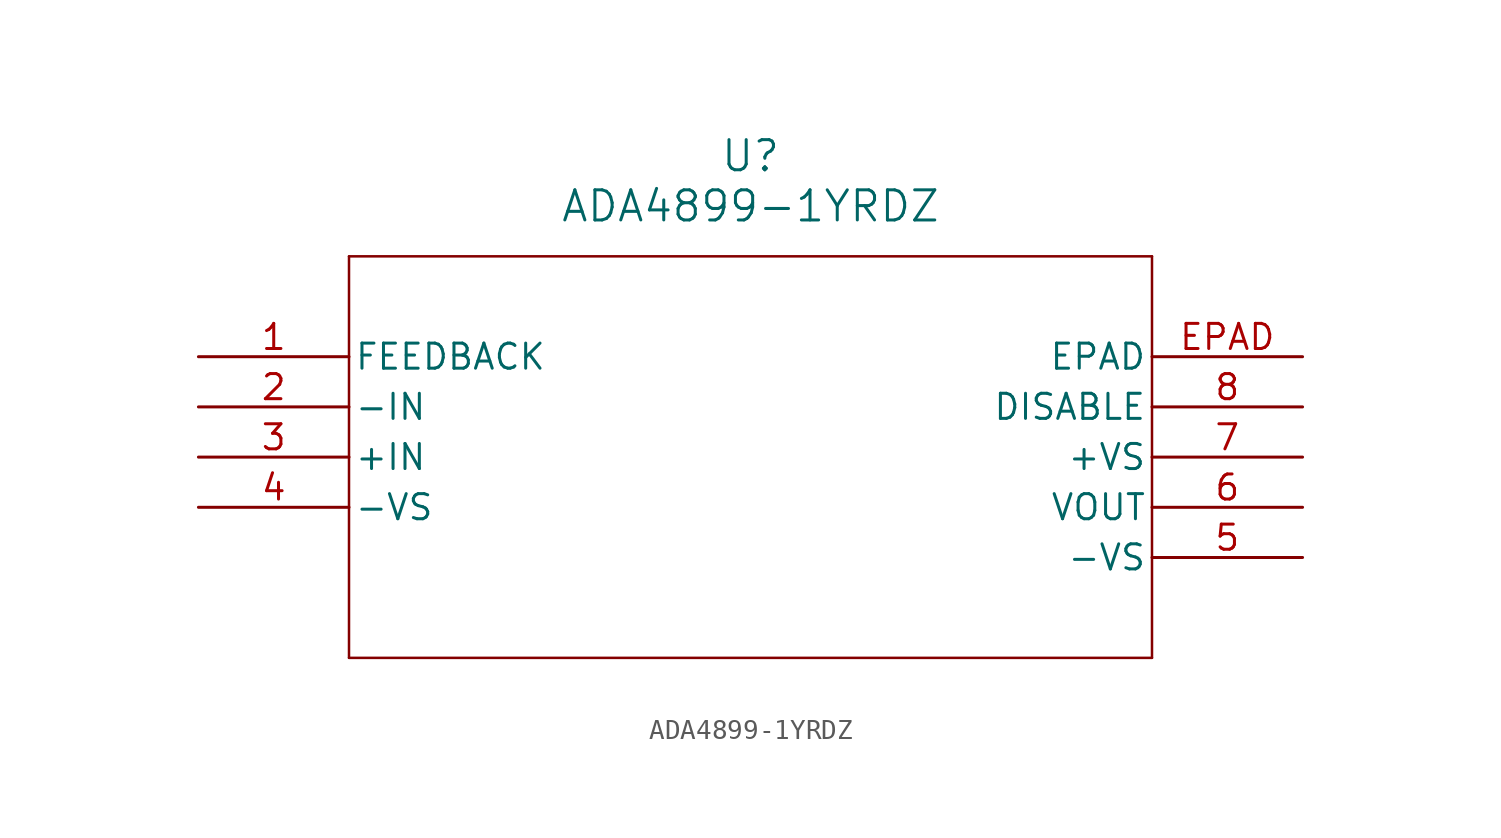
<source format=kicad_sym>
(kicad_symbol_lib
  (version 20211014)
  (generator kicad_symbol_editor)
  (symbol "ADA4899-1YRDZ"
    (pin_names
      (offset 0.254))
    (property "Reference" "U"
      (at 27.94 10.16 0)
      (effects (font (size 1.524 1.524))))
    (property "Value" "ADA4899-1YRDZ"
      (at 27.94 7.62 0)
      (effects (font (size 1.524 1.524))))
    (symbol "ADA4899-1YRDZ_0_1"
      (polyline (pts (xy 7.62 5.08) (xy 7.62 -15.24)) (stroke (width 0.127) (type default) (color 0 0 0 0)) (fill (type none)))
      (polyline (pts (xy 7.62 -15.24) (xy 48.26 -15.24)) (stroke (width 0.127) (type default) (color 0 0 0 0)) (fill (type none)))
      (polyline (pts (xy 48.26 -15.24) (xy 48.26 5.08)) (stroke (width 0.127) (type default) (color 0 0 0 0)) (fill (type none)))
      (polyline (pts (xy 48.26 5.08) (xy 7.62 5.08)) (stroke (width 0.127) (type default) (color 0 0 0 0)) (fill (type none)))
      (pin unspecified line (at 0 0 0) (length 7.62) (name "FEEDBACK" (effects (font (size 1.27 1.27)))) (number "1" (effects (font (size 1.27 1.27)))))
      (pin input line (at 0 -2.54 0) (length 7.62) (name "-IN" (effects (font (size 1.27 1.27)))) (number "2" (effects (font (size 1.27 1.27)))))
      (pin input line (at 0 -5.08 0) (length 7.62) (name "+IN" (effects (font (size 1.27 1.27)))) (number "3" (effects (font (size 1.27 1.27)))))
      (pin power_in line (at 0 -7.62 0) (length 7.62) (name "-VS" (effects (font (size 1.27 1.27)))) (number "4" (effects (font (size 1.27 1.27)))))
      (pin power_in line (at 55.88 -10.16 180) (length 7.62) (name "-VS" (effects (font (size 1.27 1.27)))) (number "5" (effects (font (size 1.27 1.27)))))
      (pin output line (at 55.88 -7.62 180) (length 7.62) (name "VOUT" (effects (font (size 1.27 1.27)))) (number "6" (effects (font (size 1.27 1.27)))))
      (pin power_in line (at 55.88 -5.08 180) (length 7.62) (name "+VS" (effects (font (size 1.27 1.27)))) (number "7" (effects (font (size 1.27 1.27)))))
      (pin unspecified line (at 55.88 -2.54 180) (length 7.62) (name "DISABLE" (effects (font (size 1.27 1.27)))) (number "8" (effects (font (size 1.27 1.27)))))
      (pin unspecified line (at 55.88 0 180) (length 7.62) (name "EPAD" (effects (font (size 1.27 1.27)))) (number "EPAD" (effects (font (size 1.27 1.27))))))))
</source>
